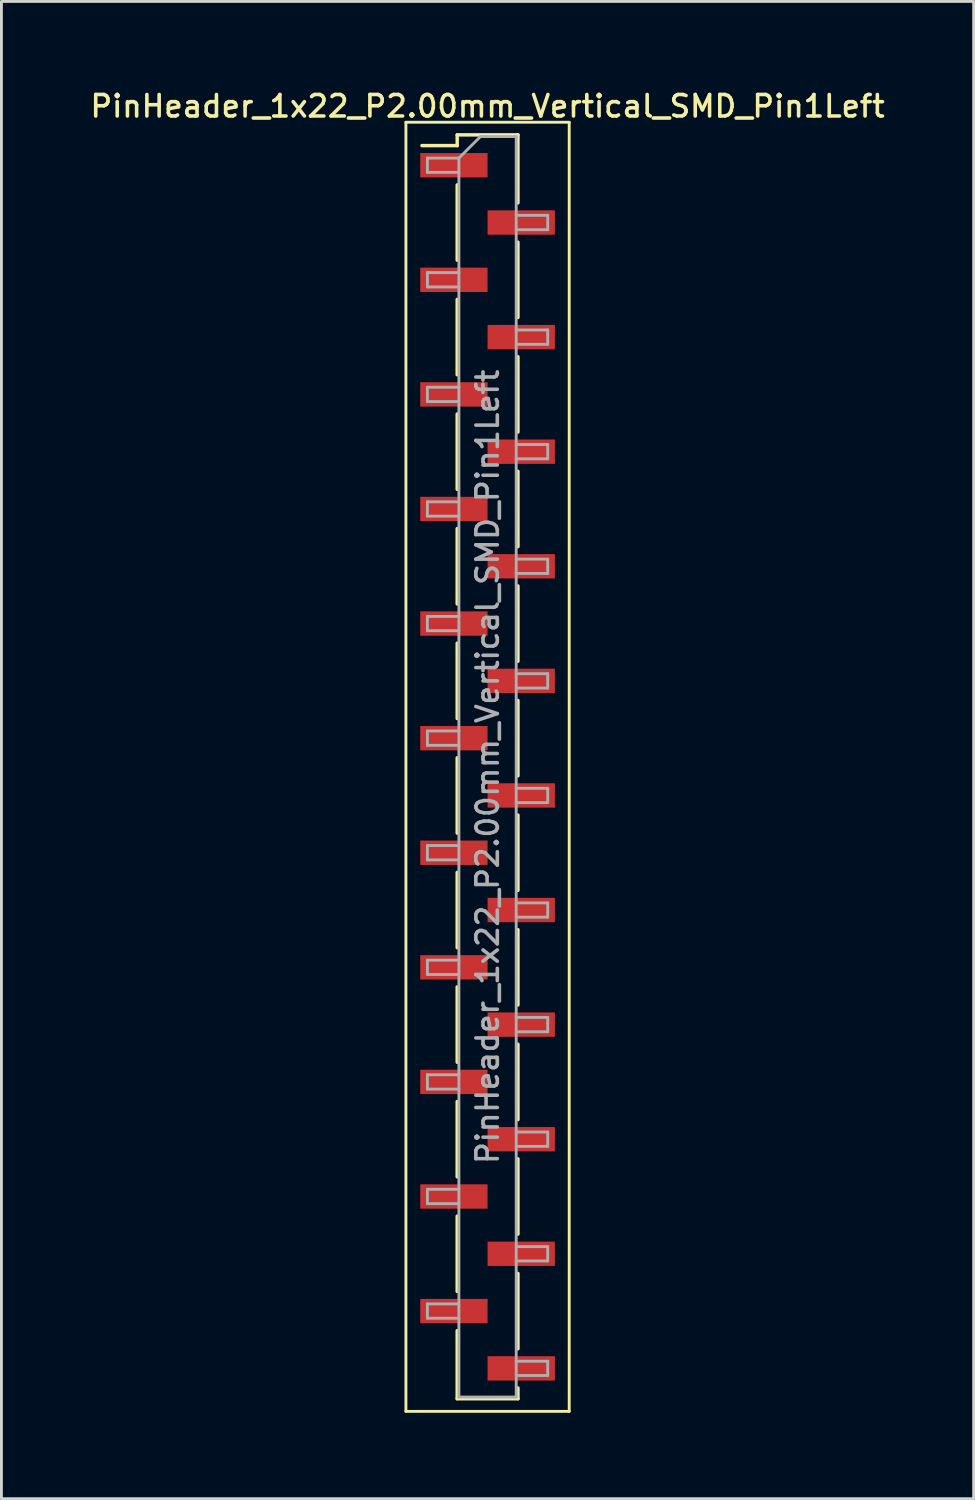
<source format=kicad_pcb>
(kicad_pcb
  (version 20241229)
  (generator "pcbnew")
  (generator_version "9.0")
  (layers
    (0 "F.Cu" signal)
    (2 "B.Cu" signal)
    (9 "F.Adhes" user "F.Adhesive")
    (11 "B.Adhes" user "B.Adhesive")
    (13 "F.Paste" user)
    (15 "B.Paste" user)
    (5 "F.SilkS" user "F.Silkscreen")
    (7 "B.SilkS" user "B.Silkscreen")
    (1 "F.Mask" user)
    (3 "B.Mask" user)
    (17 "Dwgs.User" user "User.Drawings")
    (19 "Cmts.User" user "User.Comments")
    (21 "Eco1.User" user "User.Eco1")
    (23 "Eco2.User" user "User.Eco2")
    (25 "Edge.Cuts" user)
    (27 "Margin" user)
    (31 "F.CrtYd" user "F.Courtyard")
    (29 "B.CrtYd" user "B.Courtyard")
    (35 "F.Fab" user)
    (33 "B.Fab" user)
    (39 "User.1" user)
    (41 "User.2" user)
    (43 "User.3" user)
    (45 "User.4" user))
  (footprint "PinHeader_1x22_P2.00mm_Vertical_SMD_Pin1Left"
    (layer "F.Cu")
    (at 13.97 23.718)
    (property "Reference" "PinHeader_1x22_P2.00mm_Vertical_SMD_Pin1Left" (at 0 -23.06 0) (layer "F.SilkS") (effects (font (size 0.75 0.75) (thickness 0.125))))
    (attr smd)
    (fp_line (start -2.85 -22.5) (end -2.85 22.5) (stroke (width 0.1) (type solid)) (layer "F.SilkS"))
    (fp_line (start -2.85 22.5) (end 2.85 22.5) (stroke (width 0.1) (type solid)) (layer "F.SilkS"))
    (fp_line (start -1.06 -22.06) (end -1.06 -21.685) (stroke (width 0.12) (type solid)) (layer "F.SilkS"))
    (fp_line (start -1.06 -22.06) (end 1.06 -22.06) (stroke (width 0.12) (type solid)) (layer "F.SilkS"))
    (fp_line (start -1.06 -21.685) (end -2.29 -21.685) (stroke (width 0.12) (type solid)) (layer "F.SilkS"))
    (fp_line (start -1.06 -20.315) (end -1.06 -17.685) (stroke (width 0.12) (type solid)) (layer "F.SilkS"))
    (fp_line (start -1.06 -16.315) (end -1.06 -13.685) (stroke (width 0.12) (type solid)) (layer "F.SilkS"))
    (fp_line (start -1.06 -12.315) (end -1.06 -9.685) (stroke (width 0.12) (type solid)) (layer "F.SilkS"))
    (fp_line (start -1.06 -8.315) (end -1.06 -5.685) (stroke (width 0.12) (type solid)) (layer "F.SilkS"))
    (fp_line (start -1.06 -4.315) (end -1.06 -1.685) (stroke (width 0.12) (type solid)) (layer "F.SilkS"))
    (fp_line (start -1.06 -0.315) (end -1.06 2.315) (stroke (width 0.12) (type solid)) (layer "F.SilkS"))
    (fp_line (start -1.06 3.685) (end -1.06 6.315) (stroke (width 0.12) (type solid)) (layer "F.SilkS"))
    (fp_line (start -1.06 7.685) (end -1.06 10.315) (stroke (width 0.12) (type solid)) (layer "F.SilkS"))
    (fp_line (start -1.06 11.685) (end -1.06 14.315) (stroke (width 0.12) (type solid)) (layer "F.SilkS"))
    (fp_line (start -1.06 15.685) (end -1.06 18.315) (stroke (width 0.12) (type solid)) (layer "F.SilkS"))
    (fp_line (start -1.06 19.685) (end -1.06 22.06) (stroke (width 0.12) (type solid)) (layer "F.SilkS"))
    (fp_line (start -1.06 22.06) (end 1.06 22.06) (stroke (width 0.12) (type solid)) (layer "F.SilkS"))
    (fp_line (start 1.06 -22.06) (end 1.06 -19.685) (stroke (width 0.12) (type solid)) (layer "F.SilkS"))
    (fp_line (start 1.06 -18.315) (end 1.06 -15.685) (stroke (width 0.12) (type solid)) (layer "F.SilkS"))
    (fp_line (start 1.06 -14.315) (end 1.06 -11.685) (stroke (width 0.12) (type solid)) (layer "F.SilkS"))
    (fp_line (start 1.06 -10.315) (end 1.06 -7.685) (stroke (width 0.12) (type solid)) (layer "F.SilkS"))
    (fp_line (start 1.06 -6.315) (end 1.06 -3.685) (stroke (width 0.12) (type solid)) (layer "F.SilkS"))
    (fp_line (start 1.06 -2.315) (end 1.06 0.315) (stroke (width 0.12) (type solid)) (layer "F.SilkS"))
    (fp_line (start 1.06 1.685) (end 1.06 4.315) (stroke (width 0.12) (type solid)) (layer "F.SilkS"))
    (fp_line (start 1.06 5.685) (end 1.06 8.315) (stroke (width 0.12) (type solid)) (layer "F.SilkS"))
    (fp_line (start 1.06 9.685) (end 1.06 12.315) (stroke (width 0.12) (type solid)) (layer "F.SilkS"))
    (fp_line (start 1.06 13.685) (end 1.06 16.315) (stroke (width 0.12) (type solid)) (layer "F.SilkS"))
    (fp_line (start 1.06 17.685) (end 1.06 20.315) (stroke (width 0.12) (type solid)) (layer "F.SilkS"))
    (fp_line (start 1.06 21.685) (end 1.06 22.06) (stroke (width 0.12) (type solid)) (layer "F.SilkS"))
    (fp_line (start 2.85 -22.5) (end -2.85 -22.5) (stroke (width 0.1) (type solid)) (layer "F.SilkS"))
    (fp_line (start 2.85 22.5) (end 2.85 -22.5) (stroke (width 0.1) (type solid)) (layer "F.SilkS"))
    (fp_line (start -2.1 -21.25) (end -2.1 -20.75) (stroke (width 0.1) (type solid)) (layer "F.Fab"))
    (fp_line (start -2.1 -20.75) (end -1 -20.75) (stroke (width 0.1) (type solid)) (layer "F.Fab"))
    (fp_line (start -2.1 -17.25) (end -2.1 -16.75) (stroke (width 0.1) (type solid)) (layer "F.Fab"))
    (fp_line (start -2.1 -16.75) (end -1 -16.75) (stroke (width 0.1) (type solid)) (layer "F.Fab"))
    (fp_line (start -2.1 -13.25) (end -2.1 -12.75) (stroke (width 0.1) (type solid)) (layer "F.Fab"))
    (fp_line (start -2.1 -12.75) (end -1 -12.75) (stroke (width 0.1) (type solid)) (layer "F.Fab"))
    (fp_line (start -2.1 -9.25) (end -2.1 -8.75) (stroke (width 0.1) (type solid)) (layer "F.Fab"))
    (fp_line (start -2.1 -8.75) (end -1 -8.75) (stroke (width 0.1) (type solid)) (layer "F.Fab"))
    (fp_line (start -2.1 -5.25) (end -2.1 -4.75) (stroke (width 0.1) (type solid)) (layer "F.Fab"))
    (fp_line (start -2.1 -4.75) (end -1 -4.75) (stroke (width 0.1) (type solid)) (layer "F.Fab"))
    (fp_line (start -2.1 -1.25) (end -2.1 -0.75) (stroke (width 0.1) (type solid)) (layer "F.Fab"))
    (fp_line (start -2.1 -0.75) (end -1 -0.75) (stroke (width 0.1) (type solid)) (layer "F.Fab"))
    (fp_line (start -2.1 2.75) (end -2.1 3.25) (stroke (width 0.1) (type solid)) (layer "F.Fab"))
    (fp_line (start -2.1 3.25) (end -1 3.25) (stroke (width 0.1) (type solid)) (layer "F.Fab"))
    (fp_line (start -2.1 6.75) (end -2.1 7.25) (stroke (width 0.1) (type solid)) (layer "F.Fab"))
    (fp_line (start -2.1 7.25) (end -1 7.25) (stroke (width 0.1) (type solid)) (layer "F.Fab"))
    (fp_line (start -2.1 10.75) (end -2.1 11.25) (stroke (width 0.1) (type solid)) (layer "F.Fab"))
    (fp_line (start -2.1 11.25) (end -1 11.25) (stroke (width 0.1) (type solid)) (layer "F.Fab"))
    (fp_line (start -2.1 14.75) (end -2.1 15.25) (stroke (width 0.1) (type solid)) (layer "F.Fab"))
    (fp_line (start -2.1 15.25) (end -1 15.25) (stroke (width 0.1) (type solid)) (layer "F.Fab"))
    (fp_line (start -2.1 18.75) (end -2.1 19.25) (stroke (width 0.1) (type solid)) (layer "F.Fab"))
    (fp_line (start -2.1 19.25) (end -1 19.25) (stroke (width 0.1) (type solid)) (layer "F.Fab"))
    (fp_line (start -1 -21.25) (end -2.1 -21.25) (stroke (width 0.1) (type solid)) (layer "F.Fab"))
    (fp_line (start -1 -21.25) (end -0.25 -22) (stroke (width 0.1) (type solid)) (layer "F.Fab"))
    (fp_line (start -1 -17.25) (end -2.1 -17.25) (stroke (width 0.1) (type solid)) (layer "F.Fab"))
    (fp_line (start -1 -13.25) (end -2.1 -13.25) (stroke (width 0.1) (type solid)) (layer "F.Fab"))
    (fp_line (start -1 -9.25) (end -2.1 -9.25) (stroke (width 0.1) (type solid)) (layer "F.Fab"))
    (fp_line (start -1 -5.25) (end -2.1 -5.25) (stroke (width 0.1) (type solid)) (layer "F.Fab"))
    (fp_line (start -1 -1.25) (end -2.1 -1.25) (stroke (width 0.1) (type solid)) (layer "F.Fab"))
    (fp_line (start -1 2.75) (end -2.1 2.75) (stroke (width 0.1) (type solid)) (layer "F.Fab"))
    (fp_line (start -1 6.75) (end -2.1 6.75) (stroke (width 0.1) (type solid)) (layer "F.Fab"))
    (fp_line (start -1 10.75) (end -2.1 10.75) (stroke (width 0.1) (type solid)) (layer "F.Fab"))
    (fp_line (start -1 14.75) (end -2.1 14.75) (stroke (width 0.1) (type solid)) (layer "F.Fab"))
    (fp_line (start -1 18.75) (end -2.1 18.75) (stroke (width 0.1) (type solid)) (layer "F.Fab"))
    (fp_line (start -1 22) (end -1 -21.25) (stroke (width 0.1) (type solid)) (layer "F.Fab"))
    (fp_line (start -0.25 -22) (end 1 -22) (stroke (width 0.1) (type solid)) (layer "F.Fab"))
    (fp_line (start 1 -22) (end 1 22) (stroke (width 0.1) (type solid)) (layer "F.Fab"))
    (fp_line (start 1 -19.25) (end 2.1 -19.25) (stroke (width 0.1) (type solid)) (layer "F.Fab"))
    (fp_line (start 1 -15.25) (end 2.1 -15.25) (stroke (width 0.1) (type solid)) (layer "F.Fab"))
    (fp_line (start 1 -11.25) (end 2.1 -11.25) (stroke (width 0.1) (type solid)) (layer "F.Fab"))
    (fp_line (start 1 -7.25) (end 2.1 -7.25) (stroke (width 0.1) (type solid)) (layer "F.Fab"))
    (fp_line (start 1 -3.25) (end 2.1 -3.25) (stroke (width 0.1) (type solid)) (layer "F.Fab"))
    (fp_line (start 1 0.75) (end 2.1 0.75) (stroke (width 0.1) (type solid)) (layer "F.Fab"))
    (fp_line (start 1 4.75) (end 2.1 4.75) (stroke (width 0.1) (type solid)) (layer "F.Fab"))
    (fp_line (start 1 8.75) (end 2.1 8.75) (stroke (width 0.1) (type solid)) (layer "F.Fab"))
    (fp_line (start 1 12.75) (end 2.1 12.75) (stroke (width 0.1) (type solid)) (layer "F.Fab"))
    (fp_line (start 1 16.75) (end 2.1 16.75) (stroke (width 0.1) (type solid)) (layer "F.Fab"))
    (fp_line (start 1 20.75) (end 2.1 20.75) (stroke (width 0.1) (type solid)) (layer "F.Fab"))
    (fp_line (start 1 22) (end -1 22) (stroke (width 0.1) (type solid)) (layer "F.Fab"))
    (fp_line (start 2.1 -19.25) (end 2.1 -18.75) (stroke (width 0.1) (type solid)) (layer "F.Fab"))
    (fp_line (start 2.1 -18.75) (end 1 -18.75) (stroke (width 0.1) (type solid)) (layer "F.Fab"))
    (fp_line (start 2.1 -15.25) (end 2.1 -14.75) (stroke (width 0.1) (type solid)) (layer "F.Fab"))
    (fp_line (start 2.1 -14.75) (end 1 -14.75) (stroke (width 0.1) (type solid)) (layer "F.Fab"))
    (fp_line (start 2.1 -11.25) (end 2.1 -10.75) (stroke (width 0.1) (type solid)) (layer "F.Fab"))
    (fp_line (start 2.1 -10.75) (end 1 -10.75) (stroke (width 0.1) (type solid)) (layer "F.Fab"))
    (fp_line (start 2.1 -7.25) (end 2.1 -6.75) (stroke (width 0.1) (type solid)) (layer "F.Fab"))
    (fp_line (start 2.1 -6.75) (end 1 -6.75) (stroke (width 0.1) (type solid)) (layer "F.Fab"))
    (fp_line (start 2.1 -3.25) (end 2.1 -2.75) (stroke (width 0.1) (type solid)) (layer "F.Fab"))
    (fp_line (start 2.1 -2.75) (end 1 -2.75) (stroke (width 0.1) (type solid)) (layer "F.Fab"))
    (fp_line (start 2.1 0.75) (end 2.1 1.25) (stroke (width 0.1) (type solid)) (layer "F.Fab"))
    (fp_line (start 2.1 1.25) (end 1 1.25) (stroke (width 0.1) (type solid)) (layer "F.Fab"))
    (fp_line (start 2.1 4.75) (end 2.1 5.25) (stroke (width 0.1) (type solid)) (layer "F.Fab"))
    (fp_line (start 2.1 5.25) (end 1 5.25) (stroke (width 0.1) (type solid)) (layer "F.Fab"))
    (fp_line (start 2.1 8.75) (end 2.1 9.25) (stroke (width 0.1) (type solid)) (layer "F.Fab"))
    (fp_line (start 2.1 9.25) (end 1 9.25) (stroke (width 0.1) (type solid)) (layer "F.Fab"))
    (fp_line (start 2.1 12.75) (end 2.1 13.25) (stroke (width 0.1) (type solid)) (layer "F.Fab"))
    (fp_line (start 2.1 13.25) (end 1 13.25) (stroke (width 0.1) (type solid)) (layer "F.Fab"))
    (fp_line (start 2.1 16.75) (end 2.1 17.25) (stroke (width 0.1) (type solid)) (layer "F.Fab"))
    (fp_line (start 2.1 17.25) (end 1 17.25) (stroke (width 0.1) (type solid)) (layer "F.Fab"))
    (fp_line (start 2.1 20.75) (end 2.1 21.25) (stroke (width 0.1) (type solid)) (layer "F.Fab"))
    (fp_line (start 2.1 21.25) (end 1 21.25) (stroke (width 0.1) (type solid)) (layer "F.Fab"))
    (fp_text user "${REFERENCE}" (at 0 0 90) (layer "F.Fab") (effects (font (size 0.75 0.75) (thickness 0.125))))
    (pad "1" smd rect (at -1.175 -21) (size 2.35 0.85) (layers "F.Cu" "F.Mask" "F.Paste"))
    (pad "2" smd rect (at 1.175 -19) (size 2.35 0.85) (layers "F.Cu" "F.Mask" "F.Paste"))
    (pad "3" smd rect (at -1.175 -17) (size 2.35 0.85) (layers "F.Cu" "F.Mask" "F.Paste"))
    (pad "4" smd rect (at 1.175 -15) (size 2.35 0.85) (layers "F.Cu" "F.Mask" "F.Paste"))
    (pad "5" smd rect (at -1.175 -13) (size 2.35 0.85) (layers "F.Cu" "F.Mask" "F.Paste"))
    (pad "6" smd rect (at 1.175 -11) (size 2.35 0.85) (layers "F.Cu" "F.Mask" "F.Paste"))
    (pad "7" smd rect (at -1.175 -9) (size 2.35 0.85) (layers "F.Cu" "F.Mask" "F.Paste"))
    (pad "8" smd rect (at 1.175 -7) (size 2.35 0.85) (layers "F.Cu" "F.Mask" "F.Paste"))
    (pad "9" smd rect (at -1.175 -5) (size 2.35 0.85) (layers "F.Cu" "F.Mask" "F.Paste"))
    (pad "10" smd rect (at 1.175 -3) (size 2.35 0.85) (layers "F.Cu" "F.Mask" "F.Paste"))
    (pad "11" smd rect (at -1.175 -1) (size 2.35 0.85) (layers "F.Cu" "F.Mask" "F.Paste"))
    (pad "12" smd rect (at 1.175 1) (size 2.35 0.85) (layers "F.Cu" "F.Mask" "F.Paste"))
    (pad "13" smd rect (at -1.175 3) (size 2.35 0.85) (layers "F.Cu" "F.Mask" "F.Paste"))
    (pad "14" smd rect (at 1.175 5) (size 2.35 0.85) (layers "F.Cu" "F.Mask" "F.Paste"))
    (pad "15" smd rect (at -1.175 7) (size 2.35 0.85) (layers "F.Cu" "F.Mask" "F.Paste"))
    (pad "16" smd rect (at 1.175 9) (size 2.35 0.85) (layers "F.Cu" "F.Mask" "F.Paste"))
    (pad "17" smd rect (at -1.175 11) (size 2.35 0.85) (layers "F.Cu" "F.Mask" "F.Paste"))
    (pad "18" smd rect (at 1.175 13) (size 2.35 0.85) (layers "F.Cu" "F.Mask" "F.Paste"))
    (pad "19" smd rect (at -1.175 15) (size 2.35 0.85) (layers "F.Cu" "F.Mask" "F.Paste"))
    (pad "20" smd rect (at 1.175 17) (size 2.35 0.85) (layers "F.Cu" "F.Mask" "F.Paste"))
    (pad "21" smd rect (at -1.175 19) (size 2.35 0.85) (layers "F.Cu" "F.Mask" "F.Paste"))
    (pad "22" smd rect (at 1.175 21) (size 2.35 0.85) (layers "F.Cu" "F.Mask" "F.Paste")))
  (gr_rect
    (start -3 -3)
    (end 30.939 49.268)
    (stroke (width 0.1) (type default))
    (fill no)
    (layer "Edge.Cuts")))
</source>
